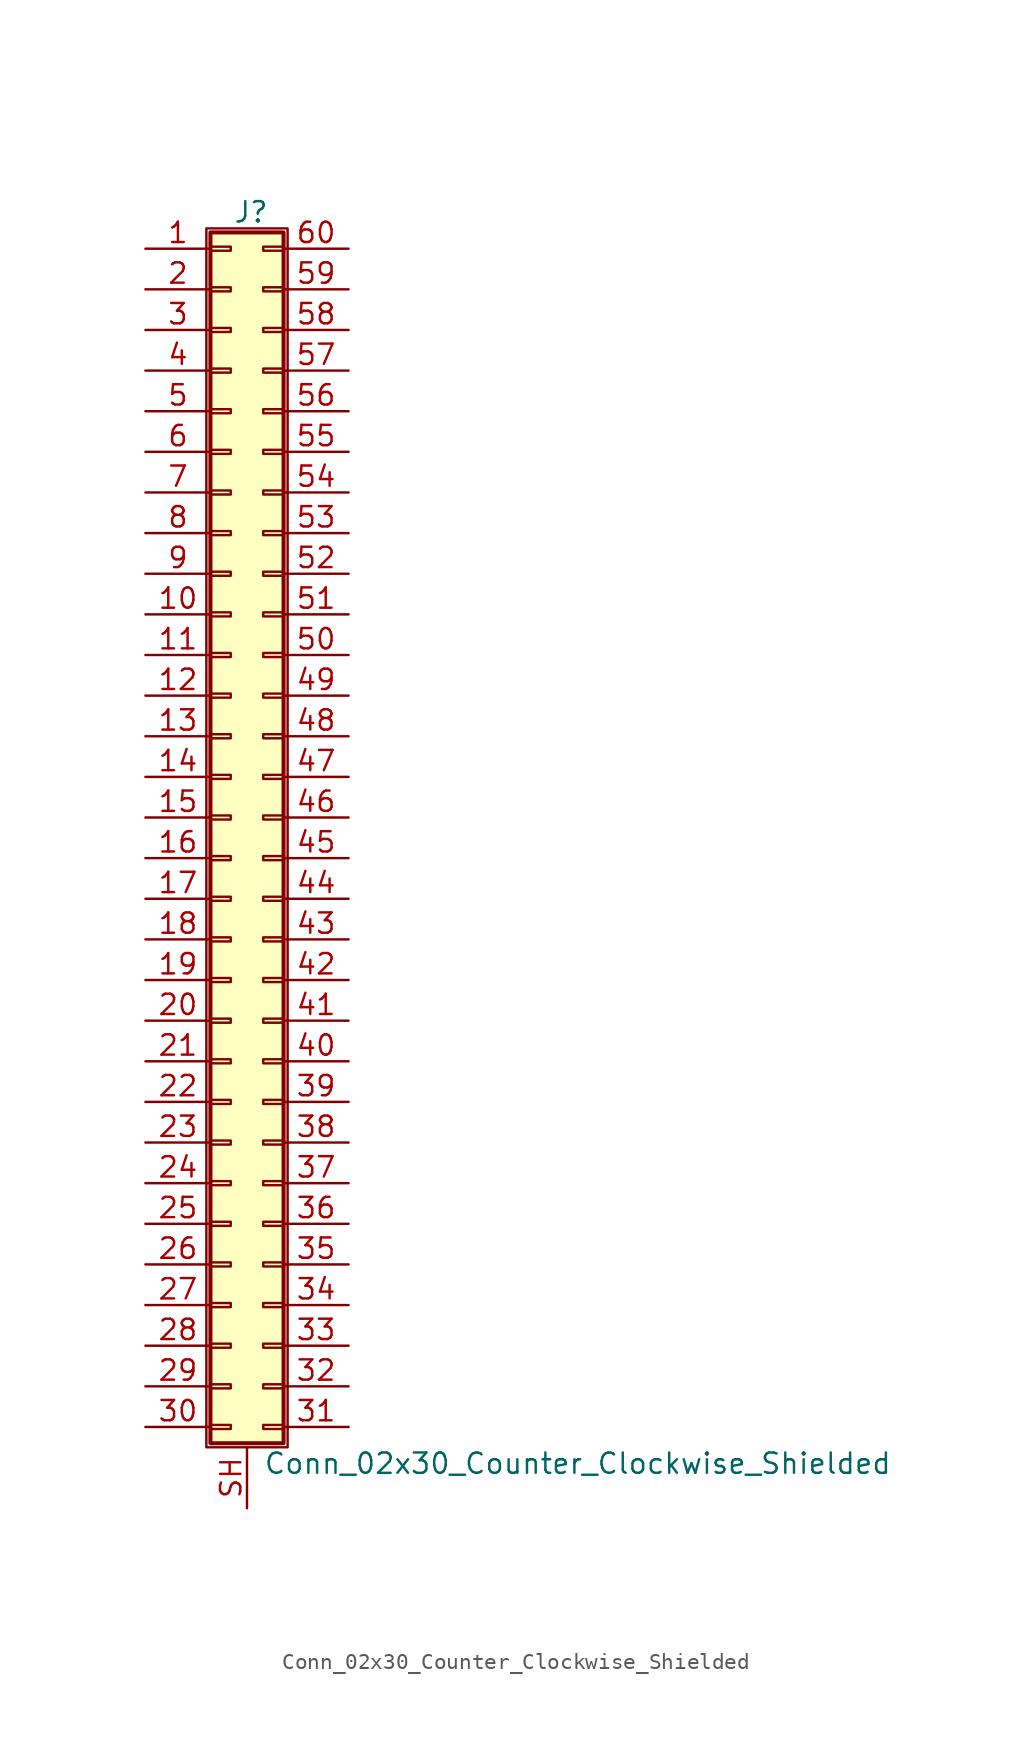
<source format=kicad_sym>
(kicad_symbol_lib
  (version 20220914)
  (generator kicad_symbol_editor)
  (symbol "Conn_02x30_Counter_Clockwise_Shielded"
    (pin_names
      (offset 1.016) hide)
    (property "Reference" "J"
      (at 1.524 37.846 0)
      (effects (font (size 1.27 1.27))))
    (property "Value" "Conn_02x30_Counter_Clockwise_Shielded"
      (at 2.286 -40.386 0)
      (effects (font (size 1.27 1.27)) (justify left)))
    (symbol "Conn_02x30_Counter_Clockwise_Shielded_1_1"
      (rectangle (start -1.27 36.83) (end 3.81 -39.37) (stroke (width 0.152) (type default)) (fill (type none)))
      (rectangle (start -1.016 -37.973) (end 0.254 -38.227) (stroke (width 0.152) (type default)) (fill (type none)))
      (rectangle (start -1.016 -35.433) (end 0.254 -35.687) (stroke (width 0.152) (type default)) (fill (type none)))
      (rectangle (start -1.016 -32.893) (end 0.254 -33.147) (stroke (width 0.152) (type default)) (fill (type none)))
      (rectangle (start -1.016 -30.353) (end 0.254 -30.607) (stroke (width 0.152) (type default)) (fill (type none)))
      (rectangle (start -1.016 -27.813) (end 0.254 -28.067) (stroke (width 0.152) (type default)) (fill (type none)))
      (rectangle (start -1.016 -25.273) (end 0.254 -25.527) (stroke (width 0.152) (type default)) (fill (type none)))
      (rectangle (start -1.016 -22.733) (end 0.254 -22.987) (stroke (width 0.152) (type default)) (fill (type none)))
      (rectangle (start -1.016 -20.193) (end 0.254 -20.447) (stroke (width 0.152) (type default)) (fill (type none)))
      (rectangle (start -1.016 -17.653) (end 0.254 -17.907) (stroke (width 0.152) (type default)) (fill (type none)))
      (rectangle (start -1.016 -15.113) (end 0.254 -15.367) (stroke (width 0.152) (type default)) (fill (type none)))
      (rectangle (start -1.016 -12.573) (end 0.254 -12.827) (stroke (width 0.152) (type default)) (fill (type none)))
      (rectangle (start -1.016 -10.033) (end 0.254 -10.287) (stroke (width 0.152) (type default)) (fill (type none)))
      (rectangle (start -1.016 -7.493) (end 0.254 -7.747) (stroke (width 0.152) (type default)) (fill (type none)))
      (rectangle (start -1.016 -4.953) (end 0.254 -5.207) (stroke (width 0.152) (type default)) (fill (type none)))
      (rectangle (start -1.016 -2.413) (end 0.254 -2.667) (stroke (width 0.152) (type default)) (fill (type none)))
      (rectangle (start -1.016 0.127) (end 0.254 -0.127) (stroke (width 0.152) (type default)) (fill (type none)))
      (rectangle (start -1.016 2.667) (end 0.254 2.413) (stroke (width 0.152) (type default)) (fill (type none)))
      (rectangle (start -1.016 5.207) (end 0.254 4.953) (stroke (width 0.152) (type default)) (fill (type none)))
      (rectangle (start -1.016 7.747) (end 0.254 7.493) (stroke (width 0.152) (type default)) (fill (type none)))
      (rectangle (start -1.016 10.287) (end 0.254 10.033) (stroke (width 0.152) (type default)) (fill (type none)))
      (rectangle (start -1.016 12.827) (end 0.254 12.573) (stroke (width 0.152) (type default)) (fill (type none)))
      (rectangle (start -1.016 15.367) (end 0.254 15.113) (stroke (width 0.152) (type default)) (fill (type none)))
      (rectangle (start -1.016 17.907) (end 0.254 17.653) (stroke (width 0.152) (type default)) (fill (type none)))
      (rectangle (start -1.016 20.447) (end 0.254 20.193) (stroke (width 0.152) (type default)) (fill (type none)))
      (rectangle (start -1.016 22.987) (end 0.254 22.733) (stroke (width 0.152) (type default)) (fill (type none)))
      (rectangle (start -1.016 25.527) (end 0.254 25.273) (stroke (width 0.152) (type default)) (fill (type none)))
      (rectangle (start -1.016 28.067) (end 0.254 27.813) (stroke (width 0.152) (type default)) (fill (type none)))
      (rectangle (start -1.016 30.607) (end 0.254 30.353) (stroke (width 0.152) (type default)) (fill (type none)))
      (rectangle (start -1.016 33.147) (end 0.254 32.893) (stroke (width 0.152) (type default)) (fill (type none)))
      (rectangle (start -1.016 35.687) (end 0.254 35.433) (stroke (width 0.152) (type default)) (fill (type none)))
      (rectangle (start -1.016 36.576) (end 3.556 -39.116) (stroke (width 0.254) (type default)) (fill (type background)))
      (rectangle (start 3.556 -37.973) (end 2.286 -38.227) (stroke (width 0.152) (type default)) (fill (type none)))
      (rectangle (start 3.556 -35.433) (end 2.286 -35.687) (stroke (width 0.152) (type default)) (fill (type none)))
      (rectangle (start 3.556 -32.893) (end 2.286 -33.147) (stroke (width 0.152) (type default)) (fill (type none)))
      (rectangle (start 3.556 -30.353) (end 2.286 -30.607) (stroke (width 0.152) (type default)) (fill (type none)))
      (rectangle (start 3.556 -27.813) (end 2.286 -28.067) (stroke (width 0.152) (type default)) (fill (type none)))
      (rectangle (start 3.556 -25.273) (end 2.286 -25.527) (stroke (width 0.152) (type default)) (fill (type none)))
      (rectangle (start 3.556 -22.733) (end 2.286 -22.987) (stroke (width 0.152) (type default)) (fill (type none)))
      (rectangle (start 3.556 -20.193) (end 2.286 -20.447) (stroke (width 0.152) (type default)) (fill (type none)))
      (rectangle (start 3.556 -17.653) (end 2.286 -17.907) (stroke (width 0.152) (type default)) (fill (type none)))
      (rectangle (start 3.556 -15.113) (end 2.286 -15.367) (stroke (width 0.152) (type default)) (fill (type none)))
      (rectangle (start 3.556 -12.573) (end 2.286 -12.827) (stroke (width 0.152) (type default)) (fill (type none)))
      (rectangle (start 3.556 -10.033) (end 2.286 -10.287) (stroke (width 0.152) (type default)) (fill (type none)))
      (rectangle (start 3.556 -7.493) (end 2.286 -7.747) (stroke (width 0.152) (type default)) (fill (type none)))
      (rectangle (start 3.556 -4.953) (end 2.286 -5.207) (stroke (width 0.152) (type default)) (fill (type none)))
      (rectangle (start 3.556 -2.413) (end 2.286 -2.667) (stroke (width 0.152) (type default)) (fill (type none)))
      (rectangle (start 3.556 0.127) (end 2.286 -0.127) (stroke (width 0.152) (type default)) (fill (type none)))
      (rectangle (start 3.556 2.667) (end 2.286 2.413) (stroke (width 0.152) (type default)) (fill (type none)))
      (rectangle (start 3.556 5.207) (end 2.286 4.953) (stroke (width 0.152) (type default)) (fill (type none)))
      (rectangle (start 3.556 7.747) (end 2.286 7.493) (stroke (width 0.152) (type default)) (fill (type none)))
      (rectangle (start 3.556 10.287) (end 2.286 10.033) (stroke (width 0.152) (type default)) (fill (type none)))
      (rectangle (start 3.556 12.827) (end 2.286 12.573) (stroke (width 0.152) (type default)) (fill (type none)))
      (rectangle (start 3.556 15.367) (end 2.286 15.113) (stroke (width 0.152) (type default)) (fill (type none)))
      (rectangle (start 3.556 17.907) (end 2.286 17.653) (stroke (width 0.152) (type default)) (fill (type none)))
      (rectangle (start 3.556 20.447) (end 2.286 20.193) (stroke (width 0.152) (type default)) (fill (type none)))
      (rectangle (start 3.556 22.987) (end 2.286 22.733) (stroke (width 0.152) (type default)) (fill (type none)))
      (rectangle (start 3.556 25.527) (end 2.286 25.273) (stroke (width 0.152) (type default)) (fill (type none)))
      (rectangle (start 3.556 28.067) (end 2.286 27.813) (stroke (width 0.152) (type default)) (fill (type none)))
      (rectangle (start 3.556 30.607) (end 2.286 30.353) (stroke (width 0.152) (type default)) (fill (type none)))
      (rectangle (start 3.556 33.147) (end 2.286 32.893) (stroke (width 0.152) (type default)) (fill (type none)))
      (rectangle (start 3.556 35.687) (end 2.286 35.433) (stroke (width 0.152) (type default)) (fill (type none)))
      (pin passive line (at -5.08 35.56 0) (length 4.064) (name "Pin_1" (effects (font (size 1.27 1.27)))) (number "1" (effects (font (size 1.27 1.27)))))
      (pin passive line (at -5.08 12.7 0) (length 4.064) (name "Pin_10" (effects (font (size 1.27 1.27)))) (number "10" (effects (font (size 1.27 1.27)))))
      (pin passive line (at -5.08 10.16 0) (length 4.064) (name "Pin_11" (effects (font (size 1.27 1.27)))) (number "11" (effects (font (size 1.27 1.27)))))
      (pin passive line (at -5.08 7.62 0) (length 4.064) (name "Pin_12" (effects (font (size 1.27 1.27)))) (number "12" (effects (font (size 1.27 1.27)))))
      (pin passive line (at -5.08 5.08 0) (length 4.064) (name "Pin_13" (effects (font (size 1.27 1.27)))) (number "13" (effects (font (size 1.27 1.27)))))
      (pin passive line (at -5.08 2.54 0) (length 4.064) (name "Pin_14" (effects (font (size 1.27 1.27)))) (number "14" (effects (font (size 1.27 1.27)))))
      (pin passive line (at -5.08 0 0) (length 4.064) (name "Pin_15" (effects (font (size 1.27 1.27)))) (number "15" (effects (font (size 1.27 1.27)))))
      (pin passive line (at -5.08 -2.54 0) (length 4.064) (name "Pin_16" (effects (font (size 1.27 1.27)))) (number "16" (effects (font (size 1.27 1.27)))))
      (pin passive line (at -5.08 -5.08 0) (length 4.064) (name "Pin_17" (effects (font (size 1.27 1.27)))) (number "17" (effects (font (size 1.27 1.27)))))
      (pin passive line (at -5.08 -7.62 0) (length 4.064) (name "Pin_18" (effects (font (size 1.27 1.27)))) (number "18" (effects (font (size 1.27 1.27)))))
      (pin passive line (at -5.08 -10.16 0) (length 4.064) (name "Pin_19" (effects (font (size 1.27 1.27)))) (number "19" (effects (font (size 1.27 1.27)))))
      (pin passive line (at -5.08 33.02 0) (length 4.064) (name "Pin_2" (effects (font (size 1.27 1.27)))) (number "2" (effects (font (size 1.27 1.27)))))
      (pin passive line (at -5.08 -12.7 0) (length 4.064) (name "Pin_20" (effects (font (size 1.27 1.27)))) (number "20" (effects (font (size 1.27 1.27)))))
      (pin passive line (at -5.08 -15.24 0) (length 4.064) (name "Pin_21" (effects (font (size 1.27 1.27)))) (number "21" (effects (font (size 1.27 1.27)))))
      (pin passive line (at -5.08 -17.78 0) (length 4.064) (name "Pin_22" (effects (font (size 1.27 1.27)))) (number "22" (effects (font (size 1.27 1.27)))))
      (pin passive line (at -5.08 -20.32 0) (length 4.064) (name "Pin_23" (effects (font (size 1.27 1.27)))) (number "23" (effects (font (size 1.27 1.27)))))
      (pin passive line (at -5.08 -22.86 0) (length 4.064) (name "Pin_24" (effects (font (size 1.27 1.27)))) (number "24" (effects (font (size 1.27 1.27)))))
      (pin passive line (at -5.08 -25.4 0) (length 4.064) (name "Pin_25" (effects (font (size 1.27 1.27)))) (number "25" (effects (font (size 1.27 1.27)))))
      (pin passive line (at -5.08 -27.94 0) (length 4.064) (name "Pin_26" (effects (font (size 1.27 1.27)))) (number "26" (effects (font (size 1.27 1.27)))))
      (pin passive line (at -5.08 -30.48 0) (length 4.064) (name "Pin_27" (effects (font (size 1.27 1.27)))) (number "27" (effects (font (size 1.27 1.27)))))
      (pin passive line (at -5.08 -33.02 0) (length 4.064) (name "Pin_28" (effects (font (size 1.27 1.27)))) (number "28" (effects (font (size 1.27 1.27)))))
      (pin passive line (at -5.08 -35.56 0) (length 4.064) (name "Pin_29" (effects (font (size 1.27 1.27)))) (number "29" (effects (font (size 1.27 1.27)))))
      (pin passive line (at -5.08 30.48 0) (length 4.064) (name "Pin_3" (effects (font (size 1.27 1.27)))) (number "3" (effects (font (size 1.27 1.27)))))
      (pin passive line (at -5.08 -38.1 0) (length 4.064) (name "Pin_30" (effects (font (size 1.27 1.27)))) (number "30" (effects (font (size 1.27 1.27)))))
      (pin passive line (at 7.62 -38.1 180) (length 4.064) (name "Pin_31" (effects (font (size 1.27 1.27)))) (number "31" (effects (font (size 1.27 1.27)))))
      (pin passive line (at 7.62 -35.56 180) (length 4.064) (name "Pin_32" (effects (font (size 1.27 1.27)))) (number "32" (effects (font (size 1.27 1.27)))))
      (pin passive line (at 7.62 -33.02 180) (length 4.064) (name "Pin_33" (effects (font (size 1.27 1.27)))) (number "33" (effects (font (size 1.27 1.27)))))
      (pin passive line (at 7.62 -30.48 180) (length 4.064) (name "Pin_34" (effects (font (size 1.27 1.27)))) (number "34" (effects (font (size 1.27 1.27)))))
      (pin passive line (at 7.62 -27.94 180) (length 4.064) (name "Pin_35" (effects (font (size 1.27 1.27)))) (number "35" (effects (font (size 1.27 1.27)))))
      (pin passive line (at 7.62 -25.4 180) (length 4.064) (name "Pin_36" (effects (font (size 1.27 1.27)))) (number "36" (effects (font (size 1.27 1.27)))))
      (pin passive line (at 7.62 -22.86 180) (length 4.064) (name "Pin_37" (effects (font (size 1.27 1.27)))) (number "37" (effects (font (size 1.27 1.27)))))
      (pin passive line (at 7.62 -20.32 180) (length 4.064) (name "Pin_38" (effects (font (size 1.27 1.27)))) (number "38" (effects (font (size 1.27 1.27)))))
      (pin passive line (at 7.62 -17.78 180) (length 4.064) (name "Pin_39" (effects (font (size 1.27 1.27)))) (number "39" (effects (font (size 1.27 1.27)))))
      (pin passive line (at -5.08 27.94 0) (length 4.064) (name "Pin_4" (effects (font (size 1.27 1.27)))) (number "4" (effects (font (size 1.27 1.27)))))
      (pin passive line (at 7.62 -15.24 180) (length 4.064) (name "Pin_40" (effects (font (size 1.27 1.27)))) (number "40" (effects (font (size 1.27 1.27)))))
      (pin passive line (at 7.62 -12.7 180) (length 4.064) (name "Pin_41" (effects (font (size 1.27 1.27)))) (number "41" (effects (font (size 1.27 1.27)))))
      (pin passive line (at 7.62 -10.16 180) (length 4.064) (name "Pin_42" (effects (font (size 1.27 1.27)))) (number "42" (effects (font (size 1.27 1.27)))))
      (pin passive line (at 7.62 -7.62 180) (length 4.064) (name "Pin_43" (effects (font (size 1.27 1.27)))) (number "43" (effects (font (size 1.27 1.27)))))
      (pin passive line (at 7.62 -5.08 180) (length 4.064) (name "Pin_44" (effects (font (size 1.27 1.27)))) (number "44" (effects (font (size 1.27 1.27)))))
      (pin passive line (at 7.62 -2.54 180) (length 4.064) (name "Pin_45" (effects (font (size 1.27 1.27)))) (number "45" (effects (font (size 1.27 1.27)))))
      (pin passive line (at 7.62 0 180) (length 4.064) (name "Pin_46" (effects (font (size 1.27 1.27)))) (number "46" (effects (font (size 1.27 1.27)))))
      (pin passive line (at 7.62 2.54 180) (length 4.064) (name "Pin_47" (effects (font (size 1.27 1.27)))) (number "47" (effects (font (size 1.27 1.27)))))
      (pin passive line (at 7.62 5.08 180) (length 4.064) (name "Pin_48" (effects (font (size 1.27 1.27)))) (number "48" (effects (font (size 1.27 1.27)))))
      (pin passive line (at 7.62 7.62 180) (length 4.064) (name "Pin_49" (effects (font (size 1.27 1.27)))) (number "49" (effects (font (size 1.27 1.27)))))
      (pin passive line (at -5.08 25.4 0) (length 4.064) (name "Pin_5" (effects (font (size 1.27 1.27)))) (number "5" (effects (font (size 1.27 1.27)))))
      (pin passive line (at 7.62 10.16 180) (length 4.064) (name "Pin_50" (effects (font (size 1.27 1.27)))) (number "50" (effects (font (size 1.27 1.27)))))
      (pin passive line (at 7.62 12.7 180) (length 4.064) (name "Pin_51" (effects (font (size 1.27 1.27)))) (number "51" (effects (font (size 1.27 1.27)))))
      (pin passive line (at 7.62 15.24 180) (length 4.064) (name "Pin_52" (effects (font (size 1.27 1.27)))) (number "52" (effects (font (size 1.27 1.27)))))
      (pin passive line (at 7.62 17.78 180) (length 4.064) (name "Pin_53" (effects (font (size 1.27 1.27)))) (number "53" (effects (font (size 1.27 1.27)))))
      (pin passive line (at 7.62 20.32 180) (length 4.064) (name "Pin_54" (effects (font (size 1.27 1.27)))) (number "54" (effects (font (size 1.27 1.27)))))
      (pin passive line (at 7.62 22.86 180) (length 4.064) (name "Pin_55" (effects (font (size 1.27 1.27)))) (number "55" (effects (font (size 1.27 1.27)))))
      (pin passive line (at 7.62 25.4 180) (length 4.064) (name "Pin_56" (effects (font (size 1.27 1.27)))) (number "56" (effects (font (size 1.27 1.27)))))
      (pin passive line (at 7.62 27.94 180) (length 4.064) (name "Pin_57" (effects (font (size 1.27 1.27)))) (number "57" (effects (font (size 1.27 1.27)))))
      (pin passive line (at 7.62 30.48 180) (length 4.064) (name "Pin_58" (effects (font (size 1.27 1.27)))) (number "58" (effects (font (size 1.27 1.27)))))
      (pin passive line (at 7.62 33.02 180) (length 4.064) (name "Pin_59" (effects (font (size 1.27 1.27)))) (number "59" (effects (font (size 1.27 1.27)))))
      (pin passive line (at -5.08 22.86 0) (length 4.064) (name "Pin_6" (effects (font (size 1.27 1.27)))) (number "6" (effects (font (size 1.27 1.27)))))
      (pin passive line (at 7.62 35.56 180) (length 4.064) (name "Pin_60" (effects (font (size 1.27 1.27)))) (number "60" (effects (font (size 1.27 1.27)))))
      (pin passive line (at -5.08 20.32 0) (length 4.064) (name "Pin_7" (effects (font (size 1.27 1.27)))) (number "7" (effects (font (size 1.27 1.27)))))
      (pin passive line (at -5.08 17.78 0) (length 4.064) (name "Pin_8" (effects (font (size 1.27 1.27)))) (number "8" (effects (font (size 1.27 1.27)))))
      (pin passive line (at -5.08 15.24 0) (length 4.064) (name "Pin_9" (effects (font (size 1.27 1.27)))) (number "9" (effects (font (size 1.27 1.27)))))
      (pin passive line (at 1.27 -43.18 90) (length 3.81) (name "Shield" (effects (font (size 1.27 1.27)))) (number "SH" (effects (font (size 1.27 1.27))))))))
</source>
